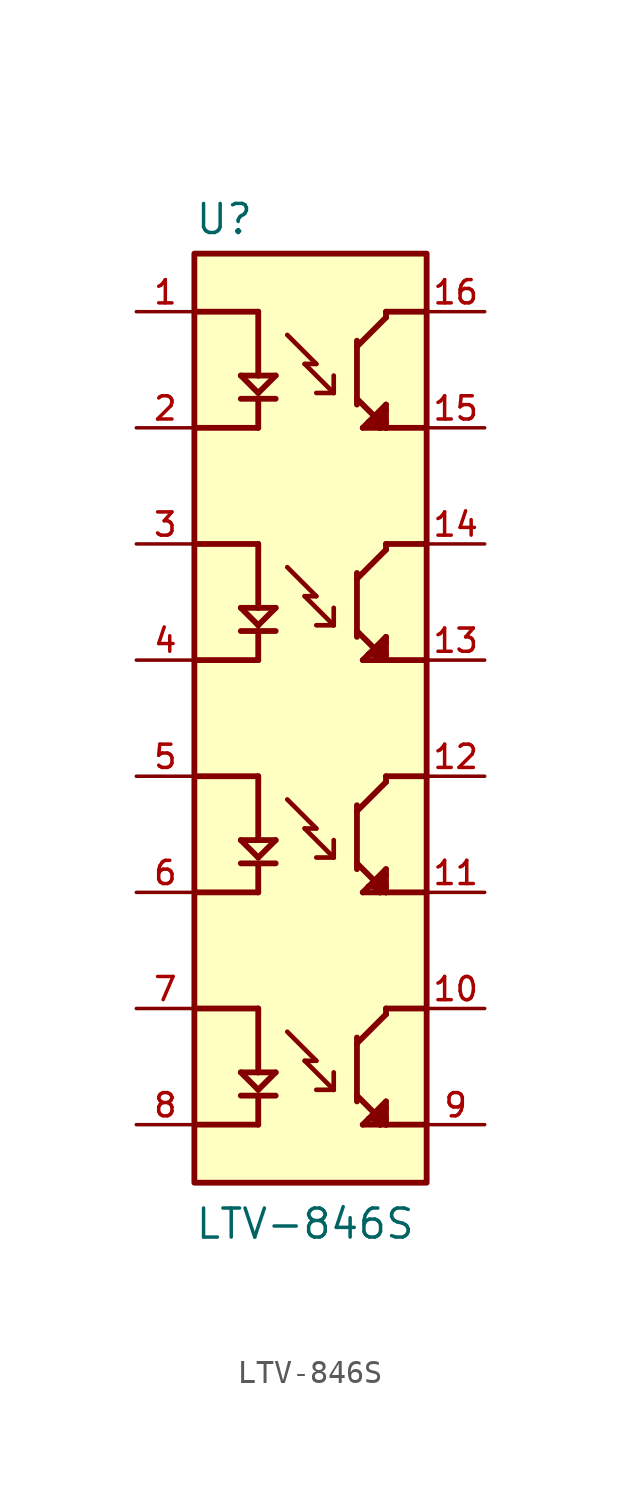
<source format=kicad_sym>
(kicad_symbol_lib
  (version 20220914)
  (generator kicad_symbol_editor)
  (symbol "LTV-846S"
    (pin_names
      (offset 1.016))
    (property "Reference" "U"
      (at -5.08 21.082 0)
      (effects (font (size 1.27 1.27)) (justify left bottom)))
    (property "Value" "LTV-846S"
      (at -5.08 -22.86 0)
      (effects (font (size 1.27 1.27)) (justify left bottom)))
    (symbol "LTV-846S_0_0"
      (rectangle (start -5.08 -20.32) (end 5.08 20.32) (stroke (width 0.254) (type default)) (fill (type background)))
      (polyline (pts (xy -5.08 -12.7) (xy -2.286 -12.7)) (stroke (width 0.254) (type default)) (fill (type none)))
      (polyline (pts (xy -5.08 -2.54) (xy -2.286 -2.54)) (stroke (width 0.254) (type default)) (fill (type none)))
      (polyline (pts (xy -5.08 7.62) (xy -2.286 7.62)) (stroke (width 0.254) (type default)) (fill (type none)))
      (polyline (pts (xy -5.08 17.78) (xy -2.286 17.78)) (stroke (width 0.254) (type default)) (fill (type none)))
      (polyline (pts (xy -3.048 -16.51) (xy -1.524 -16.51)) (stroke (width 0.254) (type default)) (fill (type none)))
      (polyline (pts (xy -3.048 -15.494) (xy -2.286 -16.256)) (stroke (width 0.254) (type default)) (fill (type none)))
      (polyline (pts (xy -3.048 -6.35) (xy -1.524 -6.35)) (stroke (width 0.254) (type default)) (fill (type none)))
      (polyline (pts (xy -3.048 -5.334) (xy -2.286 -6.096)) (stroke (width 0.254) (type default)) (fill (type none)))
      (polyline (pts (xy -3.048 3.81) (xy -1.524 3.81)) (stroke (width 0.254) (type default)) (fill (type none)))
      (polyline (pts (xy -3.048 4.826) (xy -2.286 4.064)) (stroke (width 0.254) (type default)) (fill (type none)))
      (polyline (pts (xy -3.048 13.97) (xy -1.524 13.97)) (stroke (width 0.254) (type default)) (fill (type none)))
      (polyline (pts (xy -3.048 14.986) (xy -2.286 14.224)) (stroke (width 0.254) (type default)) (fill (type none)))
      (polyline (pts (xy -2.286 -17.78) (xy -5.08 -17.78)) (stroke (width 0.254) (type default)) (fill (type none)))
      (polyline (pts (xy -2.286 -16.51) (xy -2.286 -17.78)) (stroke (width 0.254) (type default)) (fill (type none)))
      (polyline (pts (xy -2.286 -16.256) (xy -1.524 -15.494)) (stroke (width 0.254) (type default)) (fill (type none)))
      (polyline (pts (xy -2.286 -15.494) (xy -3.048 -15.494)) (stroke (width 0.254) (type default)) (fill (type none)))
      (polyline (pts (xy -2.286 -15.494) (xy -1.524 -15.494)) (stroke (width 0.254) (type default)) (fill (type none)))
      (polyline (pts (xy -2.286 -12.7) (xy -2.286 -15.494)) (stroke (width 0.254) (type default)) (fill (type none)))
      (polyline (pts (xy -2.286 -7.62) (xy -5.08 -7.62)) (stroke (width 0.254) (type default)) (fill (type none)))
      (polyline (pts (xy -2.286 -6.35) (xy -2.286 -7.62)) (stroke (width 0.254) (type default)) (fill (type none)))
      (polyline (pts (xy -2.286 -6.096) (xy -1.524 -5.334)) (stroke (width 0.254) (type default)) (fill (type none)))
      (polyline (pts (xy -2.286 -5.334) (xy -3.048 -5.334)) (stroke (width 0.254) (type default)) (fill (type none)))
      (polyline (pts (xy -2.286 -5.334) (xy -1.524 -5.334)) (stroke (width 0.254) (type default)) (fill (type none)))
      (polyline (pts (xy -2.286 -2.54) (xy -2.286 -5.334)) (stroke (width 0.254) (type default)) (fill (type none)))
      (polyline (pts (xy -2.286 2.54) (xy -5.08 2.54)) (stroke (width 0.254) (type default)) (fill (type none)))
      (polyline (pts (xy -2.286 3.81) (xy -2.286 2.54)) (stroke (width 0.254) (type default)) (fill (type none)))
      (polyline (pts (xy -2.286 4.064) (xy -1.524 4.826)) (stroke (width 0.254) (type default)) (fill (type none)))
      (polyline (pts (xy -2.286 4.826) (xy -3.048 4.826)) (stroke (width 0.254) (type default)) (fill (type none)))
      (polyline (pts (xy -2.286 4.826) (xy -1.524 4.826)) (stroke (width 0.254) (type default)) (fill (type none)))
      (polyline (pts (xy -2.286 7.62) (xy -2.286 4.826)) (stroke (width 0.254) (type default)) (fill (type none)))
      (polyline (pts (xy -2.286 12.7) (xy -5.08 12.7)) (stroke (width 0.254) (type default)) (fill (type none)))
      (polyline (pts (xy -2.286 13.97) (xy -2.286 12.7)) (stroke (width 0.254) (type default)) (fill (type none)))
      (polyline (pts (xy -2.286 14.224) (xy -1.524 14.986)) (stroke (width 0.254) (type default)) (fill (type none)))
      (polyline (pts (xy -2.286 14.986) (xy -3.048 14.986)) (stroke (width 0.254) (type default)) (fill (type none)))
      (polyline (pts (xy -2.286 14.986) (xy -1.524 14.986)) (stroke (width 0.254) (type default)) (fill (type none)))
      (polyline (pts (xy -2.286 17.78) (xy -2.286 14.986)) (stroke (width 0.254) (type default)) (fill (type none)))
      (polyline (pts (xy -1.016 -13.716) (xy 0.254 -14.986)) (stroke (width 0.203) (type default)) (fill (type none)))
      (polyline (pts (xy -1.016 -3.556) (xy 0.254 -4.826)) (stroke (width 0.203) (type default)) (fill (type none)))
      (polyline (pts (xy -1.016 6.604) (xy 0.254 5.334)) (stroke (width 0.203) (type default)) (fill (type none)))
      (polyline (pts (xy -1.016 16.764) (xy 0.254 15.494)) (stroke (width 0.203) (type default)) (fill (type none)))
      (polyline (pts (xy -0.254 -14.986) (xy 1.016 -16.256)) (stroke (width 0.203) (type default)) (fill (type none)))
      (polyline (pts (xy -0.254 -4.826) (xy 1.016 -6.096)) (stroke (width 0.203) (type default)) (fill (type none)))
      (polyline (pts (xy -0.254 5.334) (xy 1.016 4.064)) (stroke (width 0.203) (type default)) (fill (type none)))
      (polyline (pts (xy -0.254 15.494) (xy 1.016 14.224)) (stroke (width 0.203) (type default)) (fill (type none)))
      (polyline (pts (xy 0.254 -14.986) (xy -0.254 -14.986)) (stroke (width 0.203) (type default)) (fill (type none)))
      (polyline (pts (xy 0.254 -4.826) (xy -0.254 -4.826)) (stroke (width 0.203) (type default)) (fill (type none)))
      (polyline (pts (xy 0.254 5.334) (xy -0.254 5.334)) (stroke (width 0.203) (type default)) (fill (type none)))
      (polyline (pts (xy 0.254 15.494) (xy -0.254 15.494)) (stroke (width 0.203) (type default)) (fill (type none)))
      (polyline (pts (xy 1.016 -16.256) (xy 0.254 -16.256)) (stroke (width 0.203) (type default)) (fill (type none)))
      (polyline (pts (xy 1.016 -16.256) (xy 1.016 -15.494)) (stroke (width 0.203) (type default)) (fill (type none)))
      (polyline (pts (xy 1.016 -6.096) (xy 0.254 -6.096)) (stroke (width 0.203) (type default)) (fill (type none)))
      (polyline (pts (xy 1.016 -6.096) (xy 1.016 -5.334)) (stroke (width 0.203) (type default)) (fill (type none)))
      (polyline (pts (xy 1.016 4.064) (xy 0.254 4.064)) (stroke (width 0.203) (type default)) (fill (type none)))
      (polyline (pts (xy 1.016 4.064) (xy 1.016 4.826)) (stroke (width 0.203) (type default)) (fill (type none)))
      (polyline (pts (xy 1.016 14.224) (xy 0.254 14.224)) (stroke (width 0.203) (type default)) (fill (type none)))
      (polyline (pts (xy 1.016 14.224) (xy 1.016 14.986)) (stroke (width 0.203) (type default)) (fill (type none)))
      (polyline (pts (xy 2.032 -16.51) (xy 2.032 -16.764)) (stroke (width 0.254) (type default)) (fill (type none)))
      (polyline (pts (xy 2.032 -16.51) (xy 3.302 -17.78)) (stroke (width 0.254) (type default)) (fill (type none)))
      (polyline (pts (xy 2.032 -14.224) (xy 2.032 -16.51)) (stroke (width 0.254) (type default)) (fill (type none)))
      (polyline (pts (xy 2.032 -14.224) (xy 2.032 -13.97)) (stroke (width 0.254) (type default)) (fill (type none)))
      (polyline (pts (xy 2.032 -6.35) (xy 2.032 -6.604)) (stroke (width 0.254) (type default)) (fill (type none)))
      (polyline (pts (xy 2.032 -6.35) (xy 3.302 -7.62)) (stroke (width 0.254) (type default)) (fill (type none)))
      (polyline (pts (xy 2.032 -4.064) (xy 2.032 -6.35)) (stroke (width 0.254) (type default)) (fill (type none)))
      (polyline (pts (xy 2.032 -4.064) (xy 2.032 -3.81)) (stroke (width 0.254) (type default)) (fill (type none)))
      (polyline (pts (xy 2.032 3.81) (xy 2.032 3.556)) (stroke (width 0.254) (type default)) (fill (type none)))
      (polyline (pts (xy 2.032 3.81) (xy 3.302 2.54)) (stroke (width 0.254) (type default)) (fill (type none)))
      (polyline (pts (xy 2.032 6.096) (xy 2.032 3.81)) (stroke (width 0.254) (type default)) (fill (type none)))
      (polyline (pts (xy 2.032 6.096) (xy 2.032 6.35)) (stroke (width 0.254) (type default)) (fill (type none)))
      (polyline (pts (xy 2.032 13.97) (xy 2.032 13.716)) (stroke (width 0.254) (type default)) (fill (type none)))
      (polyline (pts (xy 2.032 13.97) (xy 3.302 12.7)) (stroke (width 0.254) (type default)) (fill (type none)))
      (polyline (pts (xy 2.032 16.256) (xy 2.032 13.97)) (stroke (width 0.254) (type default)) (fill (type none)))
      (polyline (pts (xy 2.032 16.256) (xy 2.032 16.51)) (stroke (width 0.254) (type default)) (fill (type none)))
      (polyline (pts (xy 2.286 -17.78) (xy 3.048 -17.78)) (stroke (width 0.254) (type default)) (fill (type none)))
      (polyline (pts (xy 2.286 -7.62) (xy 3.048 -7.62)) (stroke (width 0.254) (type default)) (fill (type none)))
      (polyline (pts (xy 2.286 2.54) (xy 3.048 2.54)) (stroke (width 0.254) (type default)) (fill (type none)))
      (polyline (pts (xy 2.286 12.7) (xy 3.048 12.7)) (stroke (width 0.254) (type default)) (fill (type none)))
      (polyline (pts (xy 2.54 -17.526) (xy 2.286 -17.78)) (stroke (width 0.254) (type default)) (fill (type none)))
      (polyline (pts (xy 2.54 -17.526) (xy 2.794 -17.526)) (stroke (width 0.254) (type default)) (fill (type none)))
      (polyline (pts (xy 2.54 -7.366) (xy 2.286 -7.62)) (stroke (width 0.254) (type default)) (fill (type none)))
      (polyline (pts (xy 2.54 -7.366) (xy 2.794 -7.366)) (stroke (width 0.254) (type default)) (fill (type none)))
      (polyline (pts (xy 2.54 2.794) (xy 2.286 2.54)) (stroke (width 0.254) (type default)) (fill (type none)))
      (polyline (pts (xy 2.54 2.794) (xy 2.794 2.794)) (stroke (width 0.254) (type default)) (fill (type none)))
      (polyline (pts (xy 2.54 12.954) (xy 2.286 12.7)) (stroke (width 0.254) (type default)) (fill (type none)))
      (polyline (pts (xy 2.54 12.954) (xy 2.794 12.954)) (stroke (width 0.254) (type default)) (fill (type none)))
      (polyline (pts (xy 2.794 -17.526) (xy 3.048 -17.78)) (stroke (width 0.254) (type default)) (fill (type none)))
      (polyline (pts (xy 2.794 -7.366) (xy 3.048 -7.62)) (stroke (width 0.254) (type default)) (fill (type none)))
      (polyline (pts (xy 2.794 2.794) (xy 3.048 2.54)) (stroke (width 0.254) (type default)) (fill (type none)))
      (polyline (pts (xy 2.794 12.954) (xy 3.048 12.7)) (stroke (width 0.254) (type default)) (fill (type none)))
      (polyline (pts (xy 3.048 -17.78) (xy 3.048 -17.272)) (stroke (width 0.254) (type default)) (fill (type none)))
      (polyline (pts (xy 3.048 -17.78) (xy 3.302 -17.78)) (stroke (width 0.254) (type default)) (fill (type none)))
      (polyline (pts (xy 3.048 -17.272) (xy 2.794 -17.526)) (stroke (width 0.254) (type default)) (fill (type none)))
      (polyline (pts (xy 3.048 -17.272) (xy 3.302 -17.018)) (stroke (width 0.254) (type default)) (fill (type none)))
      (polyline (pts (xy 3.048 -7.62) (xy 3.048 -7.112)) (stroke (width 0.254) (type default)) (fill (type none)))
      (polyline (pts (xy 3.048 -7.62) (xy 3.302 -7.62)) (stroke (width 0.254) (type default)) (fill (type none)))
      (polyline (pts (xy 3.048 -7.112) (xy 2.794 -7.366)) (stroke (width 0.254) (type default)) (fill (type none)))
      (polyline (pts (xy 3.048 -7.112) (xy 3.302 -6.858)) (stroke (width 0.254) (type default)) (fill (type none)))
      (polyline (pts (xy 3.048 2.54) (xy 3.048 3.048)) (stroke (width 0.254) (type default)) (fill (type none)))
      (polyline (pts (xy 3.048 2.54) (xy 3.302 2.54)) (stroke (width 0.254) (type default)) (fill (type none)))
      (polyline (pts (xy 3.048 3.048) (xy 2.794 2.794)) (stroke (width 0.254) (type default)) (fill (type none)))
      (polyline (pts (xy 3.048 3.048) (xy 3.302 3.302)) (stroke (width 0.254) (type default)) (fill (type none)))
      (polyline (pts (xy 3.048 12.7) (xy 3.048 13.208)) (stroke (width 0.254) (type default)) (fill (type none)))
      (polyline (pts (xy 3.048 12.7) (xy 3.302 12.7)) (stroke (width 0.254) (type default)) (fill (type none)))
      (polyline (pts (xy 3.048 13.208) (xy 2.794 12.954)) (stroke (width 0.254) (type default)) (fill (type none)))
      (polyline (pts (xy 3.048 13.208) (xy 3.302 13.462)) (stroke (width 0.254) (type default)) (fill (type none)))
      (polyline (pts (xy 3.302 -17.78) (xy 3.302 -17.526)) (stroke (width 0.254) (type default)) (fill (type none)))
      (polyline (pts (xy 3.302 -17.78) (xy 5.08 -17.78)) (stroke (width 0.254) (type default)) (fill (type none)))
      (polyline (pts (xy 3.302 -17.526) (xy 3.048 -17.272)) (stroke (width 0.254) (type default)) (fill (type none)))
      (polyline (pts (xy 3.302 -17.526) (xy 3.302 -17.018)) (stroke (width 0.254) (type default)) (fill (type none)))
      (polyline (pts (xy 3.302 -17.018) (xy 3.302 -16.764)) (stroke (width 0.254) (type default)) (fill (type none)))
      (polyline (pts (xy 3.302 -16.764) (xy 2.54 -17.526)) (stroke (width 0.254) (type default)) (fill (type none)))
      (polyline (pts (xy 3.302 -12.954) (xy 2.032 -14.224)) (stroke (width 0.254) (type default)) (fill (type none)))
      (polyline (pts (xy 3.302 -12.7) (xy 3.302 -12.954)) (stroke (width 0.254) (type default)) (fill (type none)))
      (polyline (pts (xy 3.302 -7.62) (xy 3.302 -7.366)) (stroke (width 0.254) (type default)) (fill (type none)))
      (polyline (pts (xy 3.302 -7.62) (xy 5.08 -7.62)) (stroke (width 0.254) (type default)) (fill (type none)))
      (polyline (pts (xy 3.302 -7.366) (xy 3.048 -7.112)) (stroke (width 0.254) (type default)) (fill (type none)))
      (polyline (pts (xy 3.302 -7.366) (xy 3.302 -6.858)) (stroke (width 0.254) (type default)) (fill (type none)))
      (polyline (pts (xy 3.302 -6.858) (xy 3.302 -6.604)) (stroke (width 0.254) (type default)) (fill (type none)))
      (polyline (pts (xy 3.302 -6.604) (xy 2.54 -7.366)) (stroke (width 0.254) (type default)) (fill (type none)))
      (polyline (pts (xy 3.302 -2.794) (xy 2.032 -4.064)) (stroke (width 0.254) (type default)) (fill (type none)))
      (polyline (pts (xy 3.302 -2.54) (xy 3.302 -2.794)) (stroke (width 0.254) (type default)) (fill (type none)))
      (polyline (pts (xy 3.302 2.54) (xy 3.302 2.794)) (stroke (width 0.254) (type default)) (fill (type none)))
      (polyline (pts (xy 3.302 2.54) (xy 5.08 2.54)) (stroke (width 0.254) (type default)) (fill (type none)))
      (polyline (pts (xy 3.302 2.794) (xy 3.048 3.048)) (stroke (width 0.254) (type default)) (fill (type none)))
      (polyline (pts (xy 3.302 2.794) (xy 3.302 3.302)) (stroke (width 0.254) (type default)) (fill (type none)))
      (polyline (pts (xy 3.302 3.302) (xy 3.302 3.556)) (stroke (width 0.254) (type default)) (fill (type none)))
      (polyline (pts (xy 3.302 3.556) (xy 2.54 2.794)) (stroke (width 0.254) (type default)) (fill (type none)))
      (polyline (pts (xy 3.302 7.366) (xy 2.032 6.096)) (stroke (width 0.254) (type default)) (fill (type none)))
      (polyline (pts (xy 3.302 7.62) (xy 3.302 7.366)) (stroke (width 0.254) (type default)) (fill (type none)))
      (polyline (pts (xy 3.302 12.7) (xy 3.302 12.954)) (stroke (width 0.254) (type default)) (fill (type none)))
      (polyline (pts (xy 3.302 12.7) (xy 5.08 12.7)) (stroke (width 0.254) (type default)) (fill (type none)))
      (polyline (pts (xy 3.302 12.954) (xy 3.048 13.208)) (stroke (width 0.254) (type default)) (fill (type none)))
      (polyline (pts (xy 3.302 12.954) (xy 3.302 13.462)) (stroke (width 0.254) (type default)) (fill (type none)))
      (polyline (pts (xy 3.302 13.462) (xy 3.302 13.716)) (stroke (width 0.254) (type default)) (fill (type none)))
      (polyline (pts (xy 3.302 13.716) (xy 2.54 12.954)) (stroke (width 0.254) (type default)) (fill (type none)))
      (polyline (pts (xy 3.302 17.526) (xy 2.032 16.256)) (stroke (width 0.254) (type default)) (fill (type none)))
      (polyline (pts (xy 3.302 17.78) (xy 3.302 17.526)) (stroke (width 0.254) (type default)) (fill (type none)))
      (polyline (pts (xy 5.08 -12.7) (xy 3.302 -12.7)) (stroke (width 0.254) (type default)) (fill (type none)))
      (polyline (pts (xy 5.08 -2.54) (xy 3.302 -2.54)) (stroke (width 0.254) (type default)) (fill (type none)))
      (polyline (pts (xy 5.08 7.62) (xy 3.302 7.62)) (stroke (width 0.254) (type default)) (fill (type none)))
      (polyline (pts (xy 5.08 17.78) (xy 3.302 17.78)) (stroke (width 0.254) (type default)) (fill (type none)))
      (pin passive line (at -7.62 17.78 0) (length 2.54) (name "~" (effects (font (size 1.016 1.016)))) (number "1" (effects (font (size 1.016 1.016)))))
      (pin passive line (at 7.62 -12.7 180) (length 2.54) (name "~" (effects (font (size 1.016 1.016)))) (number "10" (effects (font (size 1.016 1.016)))))
      (pin passive line (at 7.62 -7.62 180) (length 2.54) (name "~" (effects (font (size 1.016 1.016)))) (number "11" (effects (font (size 1.016 1.016)))))
      (pin passive line (at 7.62 -2.54 180) (length 2.54) (name "~" (effects (font (size 1.016 1.016)))) (number "12" (effects (font (size 1.016 1.016)))))
      (pin passive line (at 7.62 2.54 180) (length 2.54) (name "~" (effects (font (size 1.016 1.016)))) (number "13" (effects (font (size 1.016 1.016)))))
      (pin passive line (at 7.62 7.62 180) (length 2.54) (name "~" (effects (font (size 1.016 1.016)))) (number "14" (effects (font (size 1.016 1.016)))))
      (pin passive line (at 7.62 12.7 180) (length 2.54) (name "~" (effects (font (size 1.016 1.016)))) (number "15" (effects (font (size 1.016 1.016)))))
      (pin passive line (at 7.62 17.78 180) (length 2.54) (name "~" (effects (font (size 1.016 1.016)))) (number "16" (effects (font (size 1.016 1.016)))))
      (pin passive line (at -7.62 12.7 0) (length 2.54) (name "~" (effects (font (size 1.016 1.016)))) (number "2" (effects (font (size 1.016 1.016)))))
      (pin passive line (at -7.62 7.62 0) (length 2.54) (name "~" (effects (font (size 1.016 1.016)))) (number "3" (effects (font (size 1.016 1.016)))))
      (pin passive line (at -7.62 2.54 0) (length 2.54) (name "~" (effects (font (size 1.016 1.016)))) (number "4" (effects (font (size 1.016 1.016)))))
      (pin passive line (at -7.62 -2.54 0) (length 2.54) (name "~" (effects (font (size 1.016 1.016)))) (number "5" (effects (font (size 1.016 1.016)))))
      (pin passive line (at -7.62 -7.62 0) (length 2.54) (name "~" (effects (font (size 1.016 1.016)))) (number "6" (effects (font (size 1.016 1.016)))))
      (pin passive line (at -7.62 -12.7 0) (length 2.54) (name "~" (effects (font (size 1.016 1.016)))) (number "7" (effects (font (size 1.016 1.016)))))
      (pin passive line (at -7.62 -17.78 0) (length 2.54) (name "~" (effects (font (size 1.016 1.016)))) (number "8" (effects (font (size 1.016 1.016)))))
      (pin passive line (at 7.62 -17.78 180) (length 2.54) (name "~" (effects (font (size 1.016 1.016)))) (number "9" (effects (font (size 1.016 1.016))))))))
</source>
